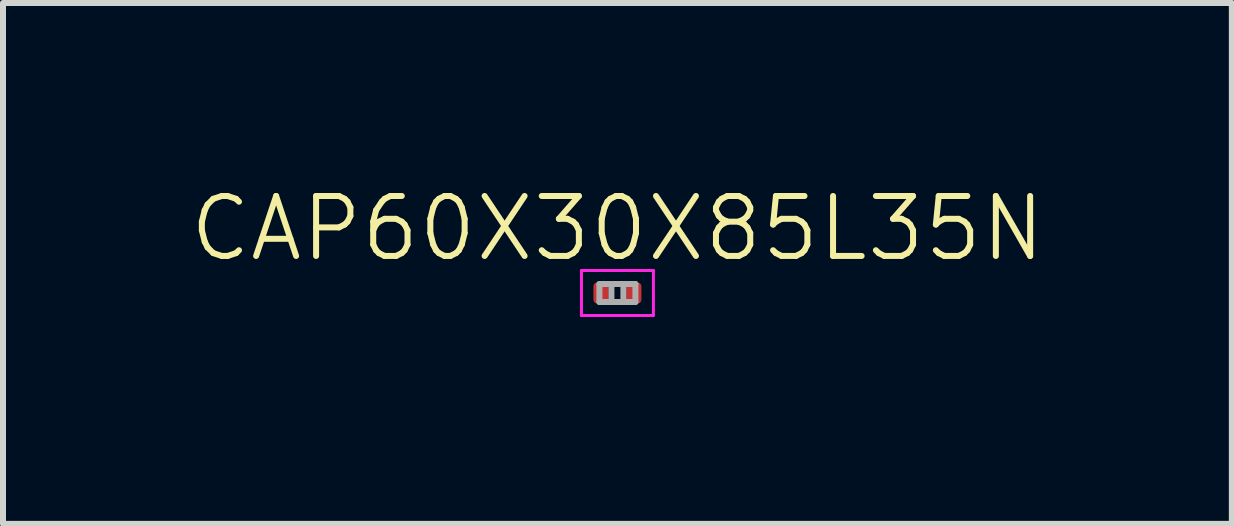
<source format=kicad_pcb>
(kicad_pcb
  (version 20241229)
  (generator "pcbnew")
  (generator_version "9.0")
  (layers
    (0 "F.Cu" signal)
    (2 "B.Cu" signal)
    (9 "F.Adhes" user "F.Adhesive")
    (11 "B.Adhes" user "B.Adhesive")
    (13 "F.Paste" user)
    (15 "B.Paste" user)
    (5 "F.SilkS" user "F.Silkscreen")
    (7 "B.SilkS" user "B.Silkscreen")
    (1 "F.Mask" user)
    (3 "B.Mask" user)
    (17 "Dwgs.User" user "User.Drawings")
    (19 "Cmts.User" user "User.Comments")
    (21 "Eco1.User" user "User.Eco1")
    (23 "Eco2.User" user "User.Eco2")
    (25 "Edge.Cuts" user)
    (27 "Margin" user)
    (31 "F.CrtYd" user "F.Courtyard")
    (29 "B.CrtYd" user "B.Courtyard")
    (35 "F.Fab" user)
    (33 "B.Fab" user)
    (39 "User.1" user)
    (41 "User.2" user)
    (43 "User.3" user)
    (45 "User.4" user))
  (footprint "CAP60X30X85L35N"
    (layer "F.Cu")
    (at 7.244 1.835)
    (property "Reference" "CAP60X30X85L35N" (at 0 -1.075 0) (unlocked yes) (layer "F.SilkS") (effects (font (size 1 1) (thickness 0.1))))
    (attr smd)
    (fp_line (start -0.6 -0.375) (end -0.6 0.375) (stroke (width 0.05) (type default)) (layer "F.CrtYd"))
    (fp_line (start -0.6 -0.375) (end 0.6 -0.375) (stroke (width 0.05) (type default)) (layer "F.CrtYd"))
    (fp_line (start -0.6 0.375) (end 0.6 0.375) (stroke (width 0.05) (type default)) (layer "F.CrtYd"))
    (fp_line (start 0.6 -0.375) (end 0.6 0.375) (stroke (width 0.05) (type default)) (layer "F.CrtYd"))
    (fp_line (start -0.3 -0.15) (end -0.3 0.15) (stroke (width 0.1) (type default)) (layer "F.Fab"))
    (fp_line (start -0.3 -0.15) (end 0.3 -0.15) (stroke (width 0.1) (type default)) (layer "F.Fab"))
    (fp_line (start -0.3 0.15) (end 0.3 0.15) (stroke (width 0.1) (type default)) (layer "F.Fab"))
    (fp_line (start -0.1 -0.15) (end -0.1 0.15) (stroke (width 0.1) (type default)) (layer "F.Fab"))
    (fp_line (start 0.1 -0.15) (end 0.1 0.15) (stroke (width 0.1) (type default)) (layer "F.Fab"))
    (fp_line (start 0.3 -0.15) (end 0.3 0.15) (stroke (width 0.1) (type default)) (layer "F.Fab"))
    (fp_line (start -0.35 0) (end 0.35 0) (stroke (width 0.1) (type default)) (layer "User.2"))
    (fp_line (start -0.3 -0.15) (end 0.3 -0.15) (stroke (width 0.1) (type default)) (layer "User.2"))
    (fp_line (start -0.3 0.15) (end -0.3 -0.15) (stroke (width 0.1) (type default)) (layer "User.2"))
    (fp_line (start 0 0.35) (end 0 -0.35) (stroke (width 0.1) (type default)) (layer "User.2"))
    (fp_line (start 0.3 -0.15) (end 0.3 0.15) (stroke (width 0.1) (type default)) (layer "User.2"))
    (fp_line (start 0.3 0.15) (end -0.3 0.15) (stroke (width 0.1) (type default)) (layer "User.2"))
    (fp_circle (center 0 0) (end 0.25 0) (stroke (width 0.1) (type default)) (fill no) (layer "User.2"))
    (fp_text user "${REFERENCE}" (at 0 0 0) (unlocked yes) (layer "User.3") (effects (font (size 1 1) (thickness 0.15))))
    (pad "1" smd roundrect (at -0.275 0) (size 0.25 0.35) (layers "F.Cu" "F.Mask" "F.Paste") (roundrect_rratio 0.25))
    (pad "2" smd roundrect (at 0.275 0 90) (size 0.35 0.25) (layers "F.Cu" "F.Mask" "F.Paste") (roundrect_rratio 0.25)))
  (gr_rect
    (start -3 -3)
    (end 17.488 5.684)
    (stroke (width 0.1) (type default))
    (fill no)
    (layer "Edge.Cuts")))
</source>
